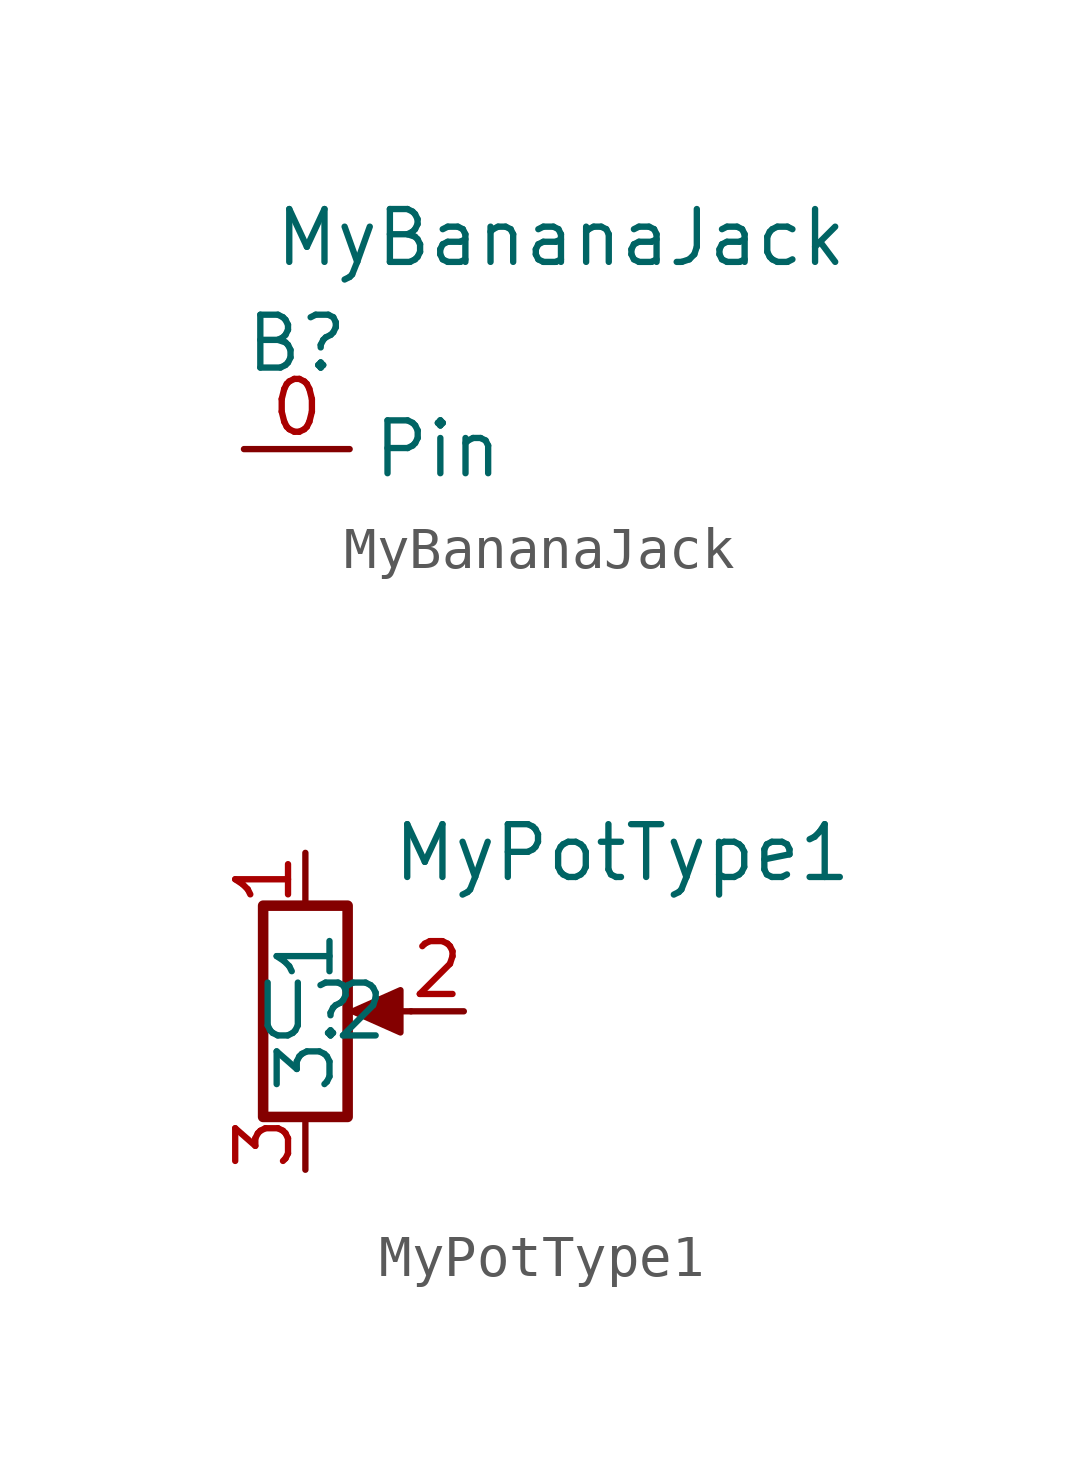
<source format=kicad_sym>
(kicad_symbol_lib
  (version 20211014)
  (generator kicad_symbol_editor)
  (symbol "MyBananaJack"
    (property "Reference" "B"
      (at 1.27 2.54 0)
      (effects (font (size 1.27 1.27))))
    (property "Value" "MyBananaJack"
      (at 7.62 5.08 0)
      (effects (font (size 1.27 1.27))))
    (symbol "MyBananaJack_1_1"
      (pin bidirectional line (at 0 0 0) (length 2.54) (name "Pin" (effects (font (size 1.27 1.27)))) (number "0" (effects (font (size 1.27 1.27)))))))
  (symbol "MyPotType1"
    (property "Reference" "U"
      (at 0 0 0)
      (effects (font (size 1.27 1.27))))
    (property "Value" "MyPotType1"
      (at 7.62 3.81 0)
      (effects (font (size 1.27 1.27))))
    (symbol "MyPotType1_0_1"
      (polyline (pts (xy 2.54 0) (xy 1.524 0)) (stroke (width 0) (type default) (color 0 0 0 0)) (fill (type none)))
      (polyline (pts (xy 1.143 0) (xy 2.286 0.508) (xy 2.286 -0.508) (xy 1.143 0)) (stroke (width 0) (type default) (color 0 0 0 0)) (fill (type outline)))
      (rectangle (start 1.016 2.54) (end -1.016 -2.54) (stroke (width 0.254) (type default) (color 0 0 0 0)) (fill (type none))))
    (symbol "MyPotType1_1_1"
      (pin passive line (at 0 3.81 270) (length 1.27) (name "1" (effects (font (size 1.27 1.27)))) (number "1" (effects (font (size 1.27 1.27)))))
      (pin passive line (at 3.81 0 180) (length 1.27) (name "2" (effects (font (size 1.27 1.27)))) (number "2" (effects (font (size 1.27 1.27)))))
      (pin passive line (at 0 -3.81 90) (length 1.27) (name "3" (effects (font (size 1.27 1.27)))) (number "3" (effects (font (size 1.27 1.27))))))))
</source>
